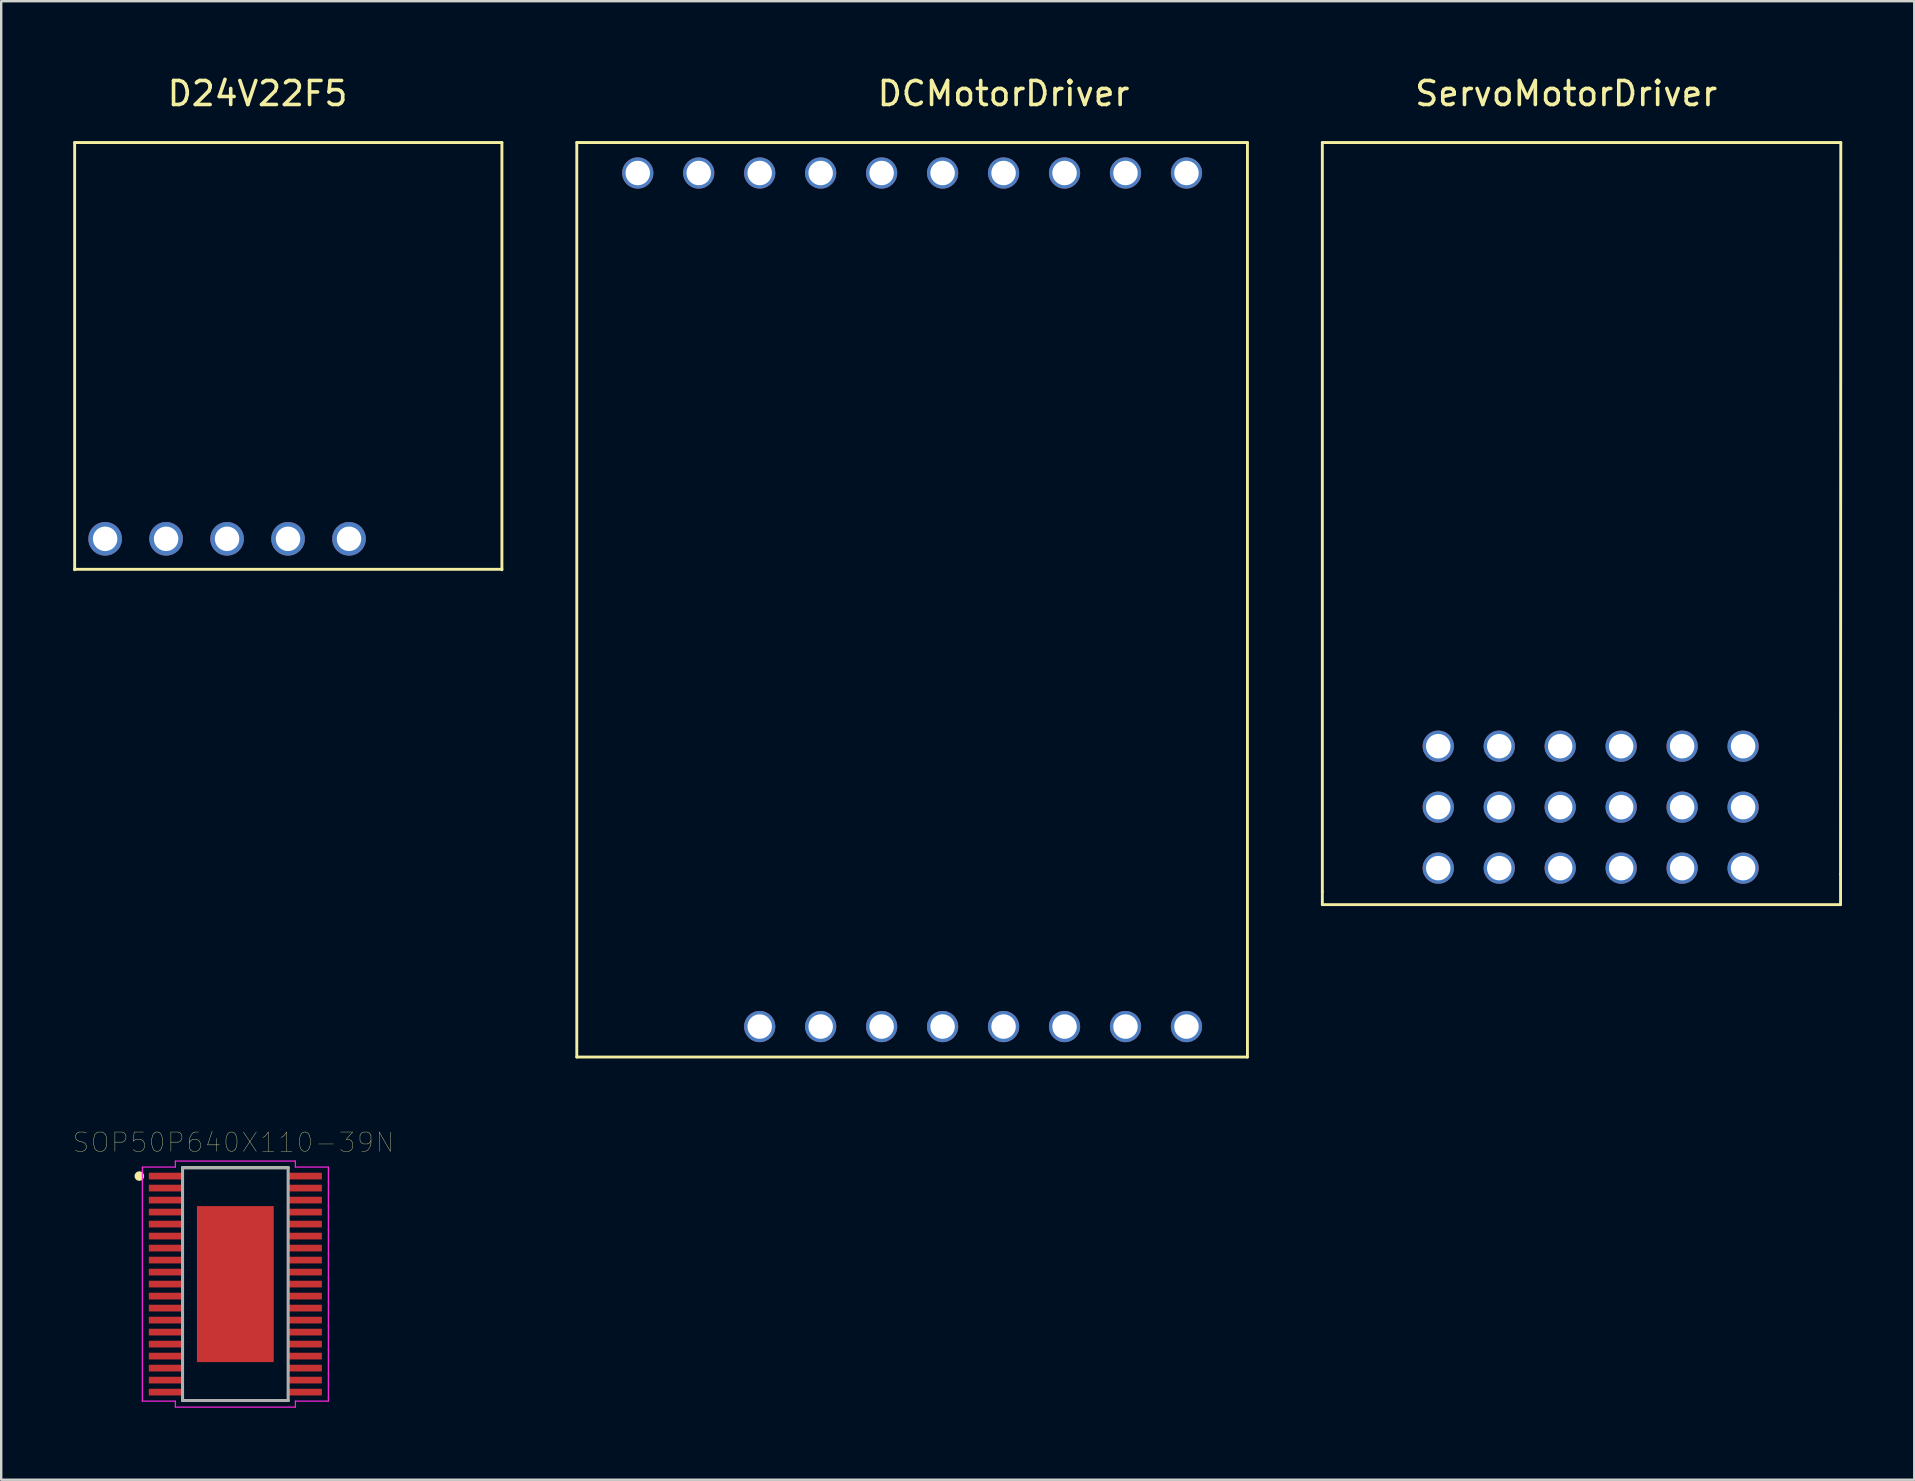
<source format=kicad_pcb>
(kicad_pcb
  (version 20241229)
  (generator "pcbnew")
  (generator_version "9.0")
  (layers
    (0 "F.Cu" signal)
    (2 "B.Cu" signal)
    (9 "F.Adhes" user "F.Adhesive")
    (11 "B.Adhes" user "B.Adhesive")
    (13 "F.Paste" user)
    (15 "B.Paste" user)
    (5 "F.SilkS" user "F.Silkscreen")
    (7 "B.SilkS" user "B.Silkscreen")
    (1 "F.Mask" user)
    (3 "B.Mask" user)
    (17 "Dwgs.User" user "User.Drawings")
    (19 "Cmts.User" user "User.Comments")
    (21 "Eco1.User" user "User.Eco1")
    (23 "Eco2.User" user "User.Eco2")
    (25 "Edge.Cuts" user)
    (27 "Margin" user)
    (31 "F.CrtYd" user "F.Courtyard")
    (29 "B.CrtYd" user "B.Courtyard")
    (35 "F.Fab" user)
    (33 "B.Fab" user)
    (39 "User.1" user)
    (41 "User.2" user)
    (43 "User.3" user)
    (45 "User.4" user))
  (footprint "DCMotorDriver"
    (layer "F.Cu")
    (at 38.76 0.348)
    (property "Reference" "DCMotorDriver" (at 0 0.5 0) (layer "F.SilkS") (effects (font (size 1 1) (thickness 0.15))))
    (attr through_hole)
    (fp_line (start -17.78 2.54) (end 10.16 2.54) (stroke (width 0.12) (type solid)) (layer "F.SilkS"))
    (fp_line (start -17.78 40.64) (end -17.78 2.54) (stroke (width 0.12) (type solid)) (layer "F.SilkS"))
    (fp_line (start 10.16 2.54) (end 10.16 40.64) (stroke (width 0.12) (type solid)) (layer "F.SilkS"))
    (fp_line (start 10.16 40.64) (end -17.78 40.64) (stroke (width 0.12) (type solid)) (layer "F.SilkS"))
    (pad "1" thru_hole circle (at -15.24 3.81) (size 1.3 1.3) (drill 1.02) (layers "*.Cu" "*.Mask"))
    (pad "2" thru_hole circle (at -12.7 3.81) (size 1.3 1.3) (drill 1.02) (layers "*.Cu" "*.Mask"))
    (pad "3" thru_hole circle (at -10.16 3.81) (size 1.3 1.3) (drill 1.02) (layers "*.Cu" "*.Mask"))
    (pad "4" thru_hole circle (at -7.62 3.81) (size 1.3 1.3) (drill 1.02) (layers "*.Cu" "*.Mask"))
    (pad "5" thru_hole circle (at -5.08 3.81) (size 1.3 1.3) (drill 1.02) (layers "*.Cu" "*.Mask"))
    (pad "6" thru_hole circle (at -2.54 3.81) (size 1.3 1.3) (drill 1.02) (layers "*.Cu" "*.Mask"))
    (pad "7" thru_hole circle (at 0 3.81) (size 1.3 1.3) (drill 1.02) (layers "*.Cu" "*.Mask"))
    (pad "8" thru_hole circle (at 2.54 3.81) (size 1.3 1.3) (drill 1.02) (layers "*.Cu" "*.Mask"))
    (pad "9" thru_hole circle (at 5.08 3.81) (size 1.3 1.3) (drill 1.02) (layers "*.Cu" "*.Mask"))
    (pad "10" thru_hole circle (at 7.62 3.81) (size 1.3 1.3) (drill 1.02) (layers "*.Cu" "*.Mask"))
    (pad "11" thru_hole circle (at -10.16 39.37 270) (size 1.3 1.3) (drill 1.02) (layers "*.Cu" "*.Mask"))
    (pad "11" thru_hole circle (at -7.62 39.37 270) (size 1.3 1.3) (drill 1.02) (layers "*.Cu" "*.Mask"))
    (pad "12" thru_hole circle (at -5.08 39.37 270) (size 1.3 1.3) (drill 1.02) (layers "*.Cu" "*.Mask"))
    (pad "12" thru_hole circle (at -2.54 39.37 270) (size 1.3 1.3) (drill 1.02) (layers "*.Cu" "*.Mask"))
    (pad "13" thru_hole circle (at 0 39.37 270) (size 1.3 1.3) (drill 1.02) (layers "*.Cu" "*.Mask"))
    (pad "13" thru_hole circle (at 2.54 39.37 270) (size 1.3 1.3) (drill 1.02) (layers "*.Cu" "*.Mask"))
    (pad "14" thru_hole circle (at 5.08 39.37 270) (size 1.3 1.3) (drill 1.02) (layers "*.Cu" "*.Mask"))
    (pad "14" thru_hole circle (at 7.62 39.37 270) (size 1.3 1.3) (drill 1.02) (layers "*.Cu" "*.Mask")))
  (footprint "SOP50P640X110-39N"
    (layer "F.Cu")
    (at 6.755 50.447)
    (property "Reference" "SOP50P640X110-39N" (at -0.085 -5.903 0) (layer "F.SilkS") (effects (font (size 0.803 0.803) (thickness 0.015))))
    (attr through_hole)
    (fp_line (start 2.2 -4.85) (end -2.2 -4.85) (stroke (width 0.127) (type solid)) (layer "F.SilkS"))
    (fp_line (start 2.2 4.85) (end -2.2 4.85) (stroke (width 0.127) (type solid)) (layer "F.SilkS"))
    (fp_circle (center -4 -4.5) (end -3.9 -4.5) (stroke (width 0.2) (type solid)) (fill no) (layer "F.SilkS"))
    (fp_poly (pts (xy -1.103 -2.1) (xy 1.1 -2.1) (xy 1.1 2.105) (xy -1.103 2.105)) (stroke (width 0.01) (type solid)) (fill yes) (layer "F.Paste"))
    (fp_line (start -3.875 -4.875) (end -2.5 -4.875) (stroke (width 0.05) (type solid)) (layer "F.CrtYd"))
    (fp_line (start -3.875 4.875) (end -3.875 -4.875) (stroke (width 0.05) (type solid)) (layer "F.CrtYd"))
    (fp_line (start -2.5 -5.125) (end 2.5 -5.125) (stroke (width 0.05) (type solid)) (layer "F.CrtYd"))
    (fp_line (start -2.5 -4.875) (end -2.5 -5.125) (stroke (width 0.05) (type solid)) (layer "F.CrtYd"))
    (fp_line (start -2.5 4.875) (end -3.875 4.875) (stroke (width 0.05) (type solid)) (layer "F.CrtYd"))
    (fp_line (start -2.5 5.125) (end -2.5 4.875) (stroke (width 0.05) (type solid)) (layer "F.CrtYd"))
    (fp_line (start 2.5 -5.125) (end 2.5 -4.875) (stroke (width 0.05) (type solid)) (layer "F.CrtYd"))
    (fp_line (start 2.5 -4.875) (end 3.875 -4.875) (stroke (width 0.05) (type solid)) (layer "F.CrtYd"))
    (fp_line (start 2.5 4.875) (end 2.5 5.125) (stroke (width 0.05) (type solid)) (layer "F.CrtYd"))
    (fp_line (start 2.5 5.125) (end -2.5 5.125) (stroke (width 0.05) (type solid)) (layer "F.CrtYd"))
    (fp_line (start 3.875 -4.875) (end 3.875 4.875) (stroke (width 0.05) (type solid)) (layer "F.CrtYd"))
    (fp_line (start 3.875 4.875) (end 2.5 4.875) (stroke (width 0.05) (type solid)) (layer "F.CrtYd"))
    (fp_line (start -2.2 -4.85) (end -2.2 4.85) (stroke (width 0.127) (type solid)) (layer "F.Fab"))
    (fp_line (start -2.2 4.85) (end 2.2 4.85) (stroke (width 0.127) (type solid)) (layer "F.Fab"))
    (fp_line (start 2.2 -4.85) (end -2.2 -4.85) (stroke (width 0.127) (type solid)) (layer "F.Fab"))
    (fp_line (start 2.2 4.85) (end 2.2 -4.85) (stroke (width 0.127) (type solid)) (layer "F.Fab"))
    (pad "1" smd rect (at -2.885 -4.5) (size 1.44 0.28) (layers "F.Cu" "F.Mask" "F.Paste"))
    (pad "2" smd rect (at -2.885 -4) (size 1.44 0.28) (layers "F.Cu" "F.Mask" "F.Paste"))
    (pad "3" smd rect (at -2.885 -3.5) (size 1.44 0.28) (layers "F.Cu" "F.Mask" "F.Paste"))
    (pad "4" smd rect (at -2.885 -3) (size 1.44 0.28) (layers "F.Cu" "F.Mask" "F.Paste"))
    (pad "5" smd rect (at -2.885 -2.5) (size 1.44 0.28) (layers "F.Cu" "F.Mask" "F.Paste"))
    (pad "6" smd rect (at -2.885 -2) (size 1.44 0.28) (layers "F.Cu" "F.Mask" "F.Paste"))
    (pad "7" smd rect (at -2.885 -1.5) (size 1.44 0.28) (layers "F.Cu" "F.Mask" "F.Paste"))
    (pad "8" smd rect (at -2.885 -1) (size 1.44 0.28) (layers "F.Cu" "F.Mask" "F.Paste"))
    (pad "9" smd rect (at -2.885 -0.5) (size 1.44 0.28) (layers "F.Cu" "F.Mask" "F.Paste"))
    (pad "10" smd rect (at -2.885 0) (size 1.44 0.28) (layers "F.Cu" "F.Mask" "F.Paste"))
    (pad "11" smd rect (at -2.885 0.5) (size 1.44 0.28) (layers "F.Cu" "F.Mask" "F.Paste"))
    (pad "12" smd rect (at -2.885 1) (size 1.44 0.28) (layers "F.Cu" "F.Mask" "F.Paste"))
    (pad "13" smd rect (at -2.885 1.5) (size 1.44 0.28) (layers "F.Cu" "F.Mask" "F.Paste"))
    (pad "14" smd rect (at -2.885 2) (size 1.44 0.28) (layers "F.Cu" "F.Mask" "F.Paste"))
    (pad "15" smd rect (at -2.885 2.5) (size 1.44 0.28) (layers "F.Cu" "F.Mask" "F.Paste"))
    (pad "16" smd rect (at -2.885 3) (size 1.44 0.28) (layers "F.Cu" "F.Mask" "F.Paste"))
    (pad "17" smd rect (at -2.885 3.5) (size 1.44 0.28) (layers "F.Cu" "F.Mask" "F.Paste"))
    (pad "18" smd rect (at -2.885 4) (size 1.44 0.28) (layers "F.Cu" "F.Mask" "F.Paste"))
    (pad "19" smd rect (at -2.885 4.5) (size 1.44 0.28) (layers "F.Cu" "F.Mask" "F.Paste"))
    (pad "20" smd rect (at 2.885 4.5) (size 1.44 0.28) (layers "F.Cu" "F.Mask" "F.Paste"))
    (pad "21" smd rect (at 2.885 4) (size 1.44 0.28) (layers "F.Cu" "F.Mask" "F.Paste"))
    (pad "22" smd rect (at 2.885 3.5) (size 1.44 0.28) (layers "F.Cu" "F.Mask" "F.Paste"))
    (pad "23" smd rect (at 2.885 3) (size 1.44 0.28) (layers "F.Cu" "F.Mask" "F.Paste"))
    (pad "24" smd rect (at 2.885 2.5) (size 1.44 0.28) (layers "F.Cu" "F.Mask" "F.Paste"))
    (pad "25" smd rect (at 2.885 2) (size 1.44 0.28) (layers "F.Cu" "F.Mask" "F.Paste"))
    (pad "26" smd rect (at 2.885 1.5) (size 1.44 0.28) (layers "F.Cu" "F.Mask" "F.Paste"))
    (pad "27" smd rect (at 2.885 1) (size 1.44 0.28) (layers "F.Cu" "F.Mask" "F.Paste"))
    (pad "28" smd rect (at 2.885 0.5) (size 1.44 0.28) (layers "F.Cu" "F.Mask" "F.Paste"))
    (pad "29" smd rect (at 2.885 0) (size 1.44 0.28) (layers "F.Cu" "F.Mask" "F.Paste"))
    (pad "30" smd rect (at 2.885 -0.5) (size 1.44 0.28) (layers "F.Cu" "F.Mask" "F.Paste"))
    (pad "31" smd rect (at 2.885 -1) (size 1.44 0.28) (layers "F.Cu" "F.Mask" "F.Paste"))
    (pad "32" smd rect (at 2.885 -1.5) (size 1.44 0.28) (layers "F.Cu" "F.Mask" "F.Paste"))
    (pad "33" smd rect (at 2.885 -2) (size 1.44 0.28) (layers "F.Cu" "F.Mask" "F.Paste"))
    (pad "34" smd rect (at 2.885 -2.5) (size 1.44 0.28) (layers "F.Cu" "F.Mask" "F.Paste"))
    (pad "35" smd rect (at 2.885 -3) (size 1.44 0.28) (layers "F.Cu" "F.Mask" "F.Paste"))
    (pad "36" smd rect (at 2.885 -3.5) (size 1.44 0.28) (layers "F.Cu" "F.Mask" "F.Paste"))
    (pad "37" smd rect (at 2.885 -4) (size 1.44 0.28) (layers "F.Cu" "F.Mask" "F.Paste"))
    (pad "38" smd rect (at 2.885 -4.5) (size 1.44 0.28) (layers "F.Cu" "F.Mask" "F.Paste"))
    (pad "39" smd rect (at 0 0) (size 3.2 6.5) (layers "F.Cu" "F.Mask")))
  (footprint "D24V22F5"
    (layer "F.Cu")
    (at 7.68 0.348)
    (property "Reference" "D24V22F5" (at 0 0.5 0) (layer "F.SilkS") (effects (font (size 1 1) (thickness 0.15))))
    (attr through_hole)
    (fp_line (start -7.62 2.54) (end -7.62 20.34) (stroke (width 0.12) (type solid)) (layer "F.SilkS"))
    (fp_line (start -7.62 2.54) (end 10.18 2.54) (stroke (width 0.12) (type solid)) (layer "F.SilkS"))
    (fp_line (start -7.62 20.32) (end 10.18 20.32) (stroke (width 0.12) (type solid)) (layer "F.SilkS"))
    (fp_line (start 10.18 2.54) (end 10.18 20.34) (stroke (width 0.12) (type solid)) (layer "F.SilkS"))
    (pad "1" thru_hole circle (at -6.35 19.05) (size 1.4 1.4) (drill 1.02) (layers "*.Cu" "*.Mask"))
    (pad "2" thru_hole circle (at -3.81 19.05) (size 1.4 1.4) (drill 1.02) (layers "*.Cu" "*.Mask"))
    (pad "3" thru_hole circle (at -1.27 19.05) (size 1.4 1.4) (drill 1.02) (layers "*.Cu" "*.Mask"))
    (pad "4" thru_hole circle (at 1.27 19.05) (size 1.4 1.4) (drill 1.02) (layers "*.Cu" "*.Mask"))
    (pad "5" thru_hole circle (at 3.81 19.05) (size 1.4 1.4) (drill 1.02) (layers "*.Cu" "*.Mask")))
  (footprint "ServoMotorDriver"
    (layer "F.Cu")
    (at 62.2 0.348)
    (property "Reference" "ServoMotorDriver" (at 0 0.5 0) (layer "F.SilkS") (effects (font (size 1 1) (thickness 0.15))))
    (attr through_hole)
    (fp_line (start -10.16 2.54) (end -10.16 33.74) (stroke (width 0.12) (type solid)) (layer "F.SilkS"))
    (fp_line (start -10.16 2.54) (end 11.44 2.54) (stroke (width 0.12) (type solid)) (layer "F.SilkS"))
    (fp_line (start -10.16 34.29) (end -10.16 33.74) (stroke (width 0.12) (type solid)) (layer "F.SilkS"))
    (fp_line (start 11.43 33.02) (end 11.43 34.29) (stroke (width 0.12) (type solid)) (layer "F.SilkS"))
    (fp_line (start 11.43 34.29) (end -10.16 34.29) (stroke (width 0.12) (type solid)) (layer "F.SilkS"))
    (fp_line (start 11.44 2.54) (end 11.43 33.02) (stroke (width 0.12) (type solid)) (layer "F.SilkS"))
    (pad "1" thru_hole circle (at 7.37 27.69) (size 1.3 1.3) (drill 1.02) (layers "*.Cu" "*.Mask"))
    (pad "2" thru_hole circle (at 4.83 27.69) (size 1.3 1.3) (drill 1.02) (layers "*.Cu" "*.Mask"))
    (pad "3" thru_hole circle (at 2.29 27.69) (size 1.3 1.3) (drill 1.02) (layers "*.Cu" "*.Mask"))
    (pad "4" thru_hole circle (at -0.25 27.69) (size 1.3 1.3) (drill 1.02) (layers "*.Cu" "*.Mask"))
    (pad "5" thru_hole circle (at -2.79 27.69) (size 1.3 1.3) (drill 1.02) (layers "*.Cu" "*.Mask"))
    (pad "6" thru_hole circle (at -5.33 27.69) (size 1.3 1.3) (drill 1.02) (layers "*.Cu" "*.Mask"))
    (pad "7" thru_hole circle (at 7.37 30.23) (size 1.3 1.3) (drill 1.02) (layers "*.Cu" "*.Mask"))
    (pad "8" thru_hole circle (at 4.83 30.23) (size 1.3 1.3) (drill 1.02) (layers "*.Cu" "*.Mask"))
    (pad "9" thru_hole circle (at 2.29 30.23) (size 1.3 1.3) (drill 1.02) (layers "*.Cu" "*.Mask"))
    (pad "10" thru_hole circle (at -0.25 30.23) (size 1.3 1.3) (drill 1.02) (layers "*.Cu" "*.Mask"))
    (pad "11" thru_hole circle (at -2.79 30.23) (size 1.3 1.3) (drill 1.02) (layers "*.Cu" "*.Mask"))
    (pad "12" thru_hole circle (at -5.33 30.23) (size 1.3 1.3) (drill 1.02) (layers "*.Cu" "*.Mask"))
    (pad "13" thru_hole circle (at 7.37 32.77) (size 1.3 1.3) (drill 1.02) (layers "*.Cu" "*.Mask"))
    (pad "14" thru_hole circle (at 4.83 32.77) (size 1.3 1.3) (drill 1.02) (layers "*.Cu" "*.Mask"))
    (pad "15" thru_hole circle (at 2.29 32.77) (size 1.3 1.3) (drill 1.02) (layers "*.Cu" "*.Mask"))
    (pad "16" thru_hole circle (at -0.25 32.77) (size 1.3 1.3) (drill 1.02) (layers "*.Cu" "*.Mask"))
    (pad "17" thru_hole circle (at -2.79 32.77) (size 1.3 1.3) (drill 1.02) (layers "*.Cu" "*.Mask"))
    (pad "18" thru_hole circle (at -5.33 32.77) (size 1.3 1.3) (drill 1.02) (layers "*.Cu" "*.Mask")))
  (gr_rect
    (start -3 -3)
    (end 76.7 58.597)
    (stroke (width 0.1) (type default))
    (fill no)
    (layer "Edge.Cuts")))
</source>
